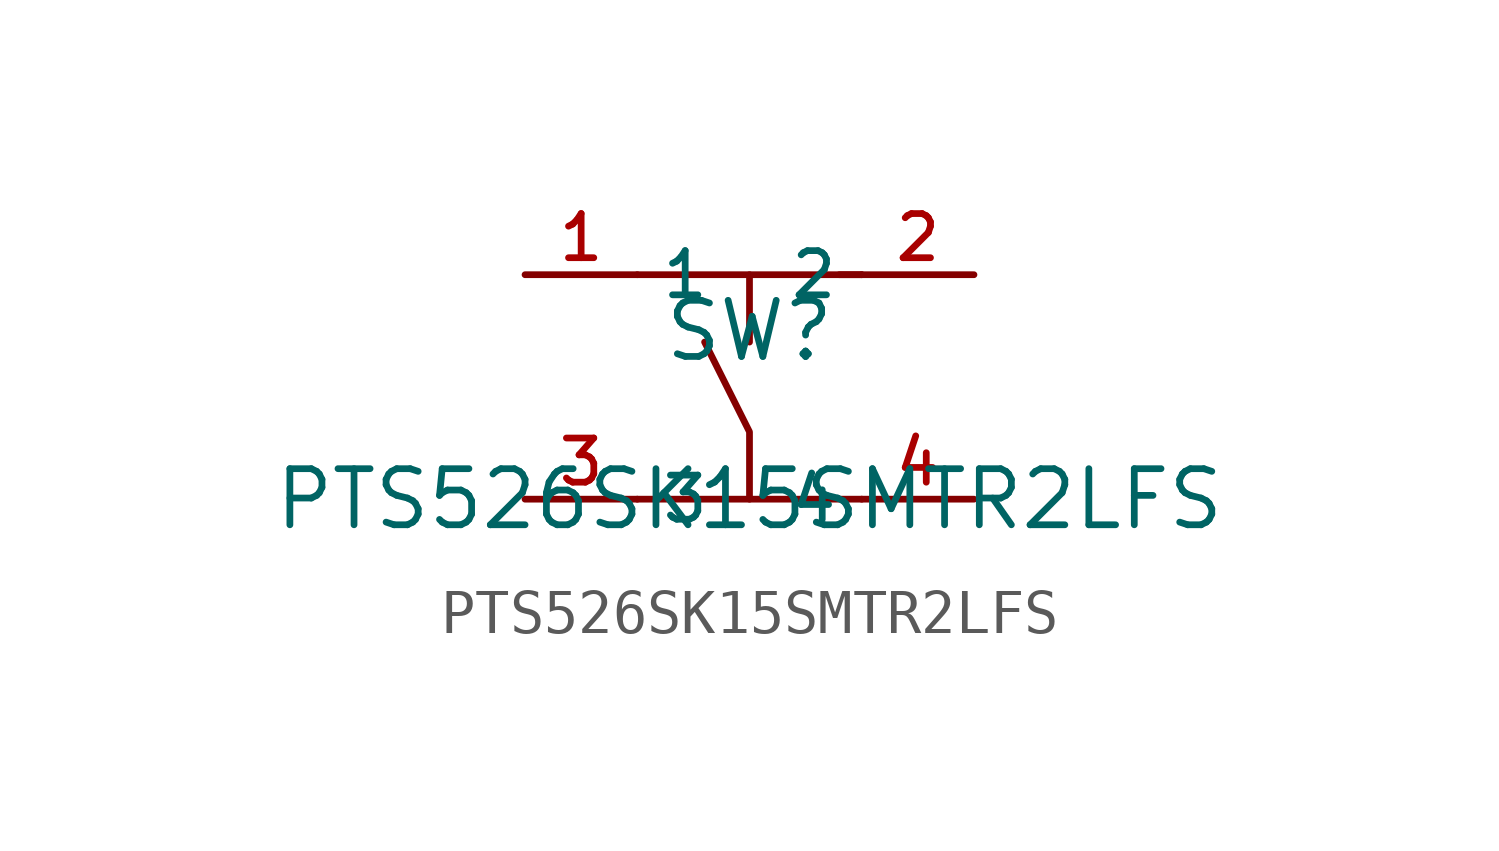
<source format=kicad_sym>
(kicad_symbol_lib
  (version 20210201)
  (generator TousstNicolas/JLC2KiCad_lib)
  (symbol "PTS526SK15SMTR2LFS"
    (property "Reference" "SW"
      (at 0 1.27 0)
      (effects (font (size 1.27 1.27))))
    (property "Value" "PTS526SK15SMTR2LFS"
      (at 0 -2.54 0)
      (effects (font (size 1.27 1.27))))
    (symbol "PTS526SK15SMTR2LFS_0_1"
      (polyline (pts (xy 0.0 -2.54) (xy 0.0 -1.016) (xy -1.016 1.016)) (stroke (width 0) (type default) (color 0 0 0 0)) (fill (type none)))
      (polyline (pts (xy 0.0 2.54) (xy 0.0 1.016)) (stroke (width 0) (type default) (color 0 0 0 0)) (fill (type none)))
      (polyline (pts (xy -2.54 -2.54) (xy 2.54 -2.54)) (stroke (width 0) (type default) (color 0 0 0 0)) (fill (type none)))
      (polyline (pts (xy -2.54 2.54) (xy 2.54 2.54)) (stroke (width 0) (type default) (color 0 0 0 0)) (fill (type none)))
      (polyline (pts (xy 2.032 2.54) (xy 2.54 2.54)) (stroke (width 0) (type default) (color 0 0 0 0)) (fill (type none)))
      (pin unspecified line (at -5.08 2.54 0) (length 2.54) (name "1" (effects (font (size 1 1)))) (number "1" (effects (font (size 1 1)))))
      (pin unspecified line (at 5.08 2.54 180) (length 2.54) (name "2" (effects (font (size 1 1)))) (number "2" (effects (font (size 1 1)))))
      (pin unspecified line (at -5.08 -2.54 0) (length 2.54) (name "3" (effects (font (size 1 1)))) (number "3" (effects (font (size 1 1)))))
      (pin unspecified line (at 5.08 -2.54 180) (length 2.54) (name "4" (effects (font (size 1 1)))) (number "4" (effects (font (size 1 1))))))))
</source>
